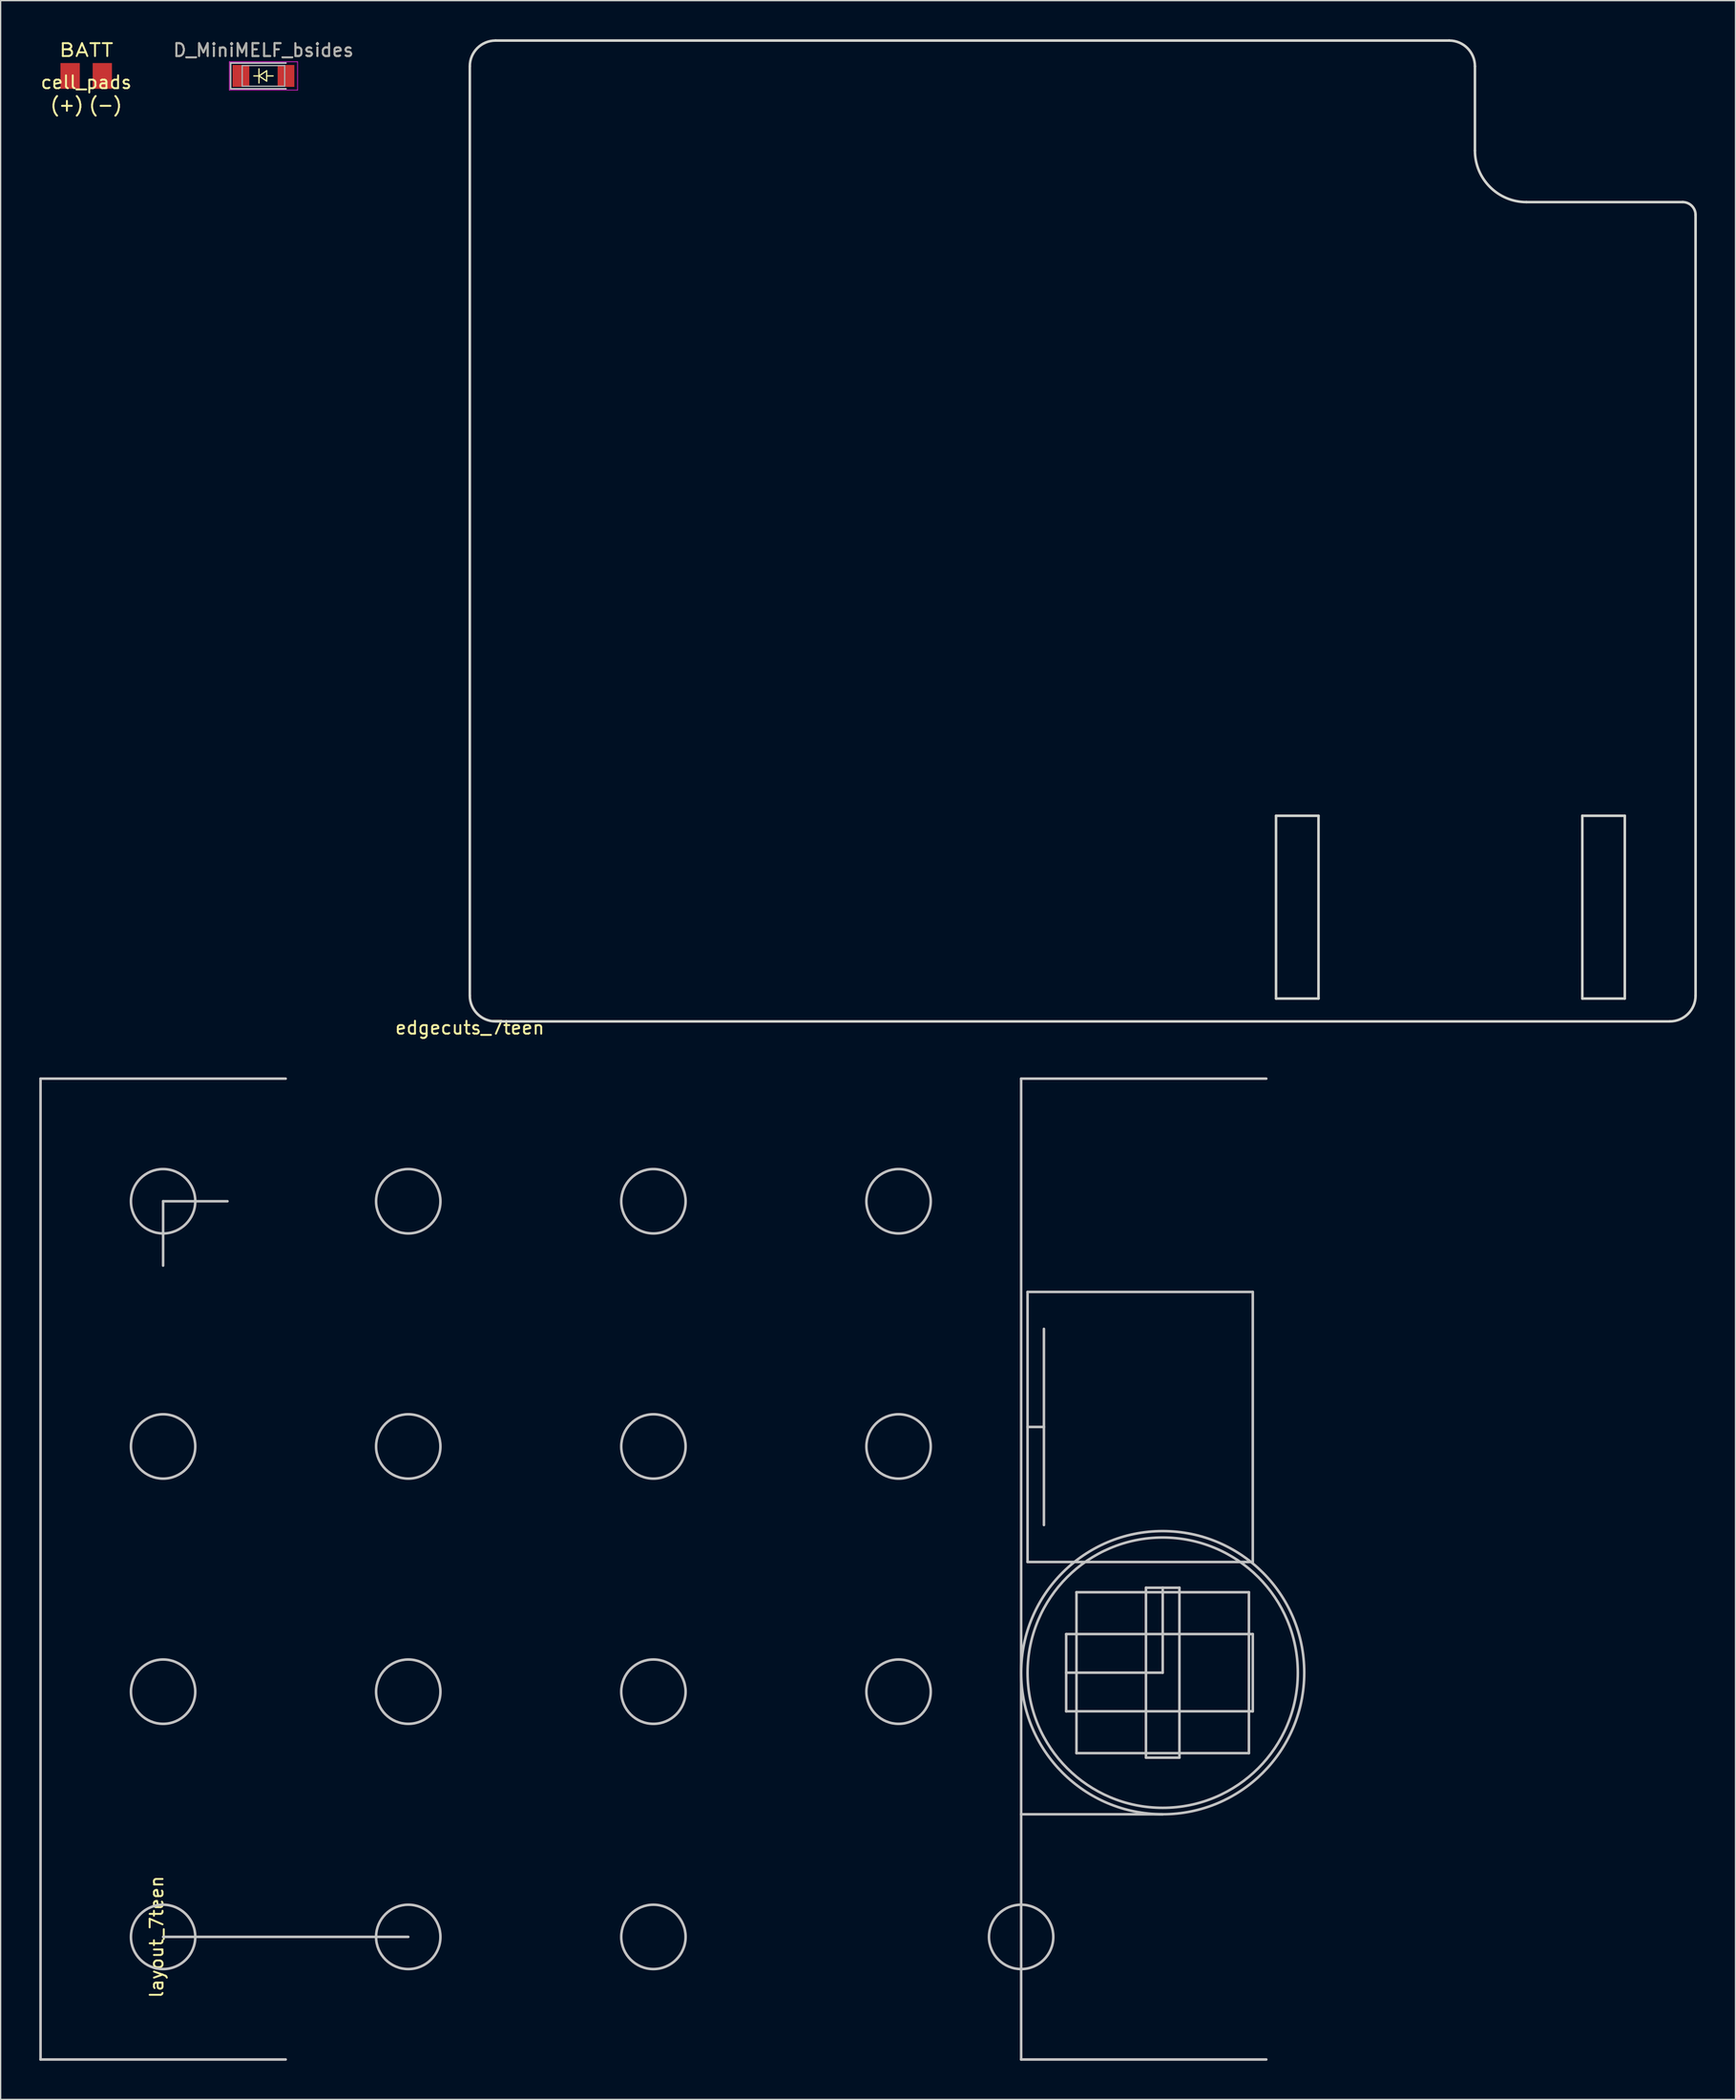
<source format=kicad_pcb>
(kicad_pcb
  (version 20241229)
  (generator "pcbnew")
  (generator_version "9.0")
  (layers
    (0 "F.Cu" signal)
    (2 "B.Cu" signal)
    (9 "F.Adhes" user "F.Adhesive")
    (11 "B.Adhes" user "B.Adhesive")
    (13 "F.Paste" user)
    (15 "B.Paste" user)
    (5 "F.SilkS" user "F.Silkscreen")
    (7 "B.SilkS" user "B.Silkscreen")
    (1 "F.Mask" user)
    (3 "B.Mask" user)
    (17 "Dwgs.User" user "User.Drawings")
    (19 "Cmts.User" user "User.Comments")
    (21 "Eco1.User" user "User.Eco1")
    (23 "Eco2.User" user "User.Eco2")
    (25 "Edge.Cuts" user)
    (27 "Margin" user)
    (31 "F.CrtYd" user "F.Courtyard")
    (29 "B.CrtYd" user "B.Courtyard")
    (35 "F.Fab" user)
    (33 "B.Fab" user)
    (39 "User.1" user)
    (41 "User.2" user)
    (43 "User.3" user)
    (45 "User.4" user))
  (footprint "edgecuts_7teen"
    (layer "F.Cu")
    (at 33.458 76.3)
    (property "Reference" "edgecuts_7teen" (at 0 0.5 0) (layer "F.SilkS") (effects (font (size 1 1) (thickness 0.15))))
    (attr through_hole)
    (fp_line (start 0 -2) (end 0 -74.2) (stroke (width 0.2) (type solid)) (layer "Edge.Cuts"))
    (fp_line (start 2 -76.2) (end 76.105 -76.2) (stroke (width 0.2) (type solid)) (layer "Edge.Cuts"))
    (fp_line (start 62.649 -15.976) (end 62.649 -1.775) (stroke (width 0.2) (type solid)) (layer "Edge.Cuts"))
    (fp_line (start 62.649 -1.775) (end 65.95 -1.775) (stroke (width 0.2) (type solid)) (layer "Edge.Cuts"))
    (fp_line (start 65.95 -15.976) (end 62.649 -15.976) (stroke (width 0.2) (type solid)) (layer "Edge.Cuts"))
    (fp_line (start 65.95 -1.775) (end 65.95 -15.976) (stroke (width 0.2) (type solid)) (layer "Edge.Cuts"))
    (fp_line (start 78.105 -74.2) (end 78.105 -67.65) (stroke (width 0.2) (type solid)) (layer "Edge.Cuts"))
    (fp_line (start 82.105 -63.65) (end 94.25 -63.65) (stroke (width 0.2) (type solid)) (layer "Edge.Cuts"))
    (fp_line (start 86.449 -15.976) (end 86.449 -1.775) (stroke (width 0.2) (type solid)) (layer "Edge.Cuts"))
    (fp_line (start 86.449 -1.775) (end 89.75 -1.775) (stroke (width 0.2) (type solid)) (layer "Edge.Cuts"))
    (fp_line (start 89.75 -15.976) (end 86.449 -15.976) (stroke (width 0.2) (type solid)) (layer "Edge.Cuts"))
    (fp_line (start 89.75 -1.775) (end 89.75 -15.976) (stroke (width 0.2) (type solid)) (layer "Edge.Cuts"))
    (fp_line (start 93.25 0) (end 2 0) (stroke (width 0.2) (type solid)) (layer "Edge.Cuts"))
    (fp_line (start 95.25 -62.65) (end 95.25 -2) (stroke (width 0.2) (type solid)) (layer "Edge.Cuts"))
    (fp_arc (start 0 -74.200001) (mid 0.585787 -75.614214) (end 2 -76.199999) (stroke (width 0.2) (type solid)) (layer "Edge.Cuts"))
    (fp_arc (start 2 0) (mid 0.585786 -0.585786) (end 0 -2) (stroke (width 0.2) (type solid)) (layer "Edge.Cuts"))
    (fp_arc (start 76.104999 -76.2) (mid 77.519213 -75.614214) (end 78.104999 -74.2) (stroke (width 0.2) (type solid)) (layer "Edge.Cuts"))
    (fp_arc (start 82.104999 -63.650001) (mid 79.276572 -64.821574) (end 78.104999 -67.650001) (stroke (width 0.2) (type solid)) (layer "Edge.Cuts"))
    (fp_arc (start 94.249999 -63.650001) (mid 94.957106 -63.357108) (end 95.249999 -62.650001) (stroke (width 0.2) (type solid)) (layer "Edge.Cuts"))
    (fp_arc (start 95.25 -2.000001) (mid 94.664213 -0.585787) (end 93.249999 0) (stroke (width 0.2) (type solid)) (layer "Edge.Cuts")))
  (footprint "D_MiniMELF_bsides"
    (layer "F.Cu")
    (at 17.423 2.848)
    (property "Reference" "D_MiniMELF_bsides" (at 0 -2 0) (layer "F.SilkS") (effects (font (size 1 1) (thickness 0.15))))
    (attr smd)
    (fp_line (start -0.75 0) (end -0.35 0) (stroke (width 0.1) (type solid)) (layer "F.SilkS"))
    (fp_line (start -0.35 0) (end -0.35 -0.55) (stroke (width 0.1) (type solid)) (layer "F.SilkS"))
    (fp_line (start -0.35 0) (end -0.35 0.55) (stroke (width 0.1) (type solid)) (layer "F.SilkS"))
    (fp_line (start -0.35 0) (end 0.25 -0.4) (stroke (width 0.1) (type solid)) (layer "F.SilkS"))
    (fp_line (start 0.25 -0.4) (end 0.25 0.4) (stroke (width 0.1) (type solid)) (layer "F.SilkS"))
    (fp_line (start 0.25 0) (end 0.75 0) (stroke (width 0.1) (type solid)) (layer "F.SilkS"))
    (fp_line (start 0.25 0.4) (end -0.35 0) (stroke (width 0.1) (type solid)) (layer "F.SilkS"))
    (fp_line (start -2.55 -1) (end -2.55 1) (stroke (width 0.12) (type solid)) (layer "Dwgs.User"))
    (fp_line (start -2.55 1) (end 1.75 1) (stroke (width 0.12) (type solid)) (layer "Dwgs.User"))
    (fp_line (start 1.75 -1) (end -2.55 -1) (stroke (width 0.12) (type solid)) (layer "Dwgs.User"))
    (fp_line (start -2.65 -1.1) (end 2.65 -1.1) (stroke (width 0.05) (type solid)) (layer "F.CrtYd"))
    (fp_line (start -2.65 1.1) (end -2.65 -1.1) (stroke (width 0.05) (type solid)) (layer "F.CrtYd"))
    (fp_line (start 2.65 -1.1) (end 2.65 1.1) (stroke (width 0.05) (type solid)) (layer "F.CrtYd"))
    (fp_line (start 2.65 1.1) (end -2.65 1.1) (stroke (width 0.05) (type solid)) (layer "F.CrtYd"))
    (fp_line (start -1.65 -0.8) (end 1.65 -0.8) (stroke (width 0.1) (type solid)) (layer "F.Fab"))
    (fp_line (start -1.65 0.8) (end -1.65 -0.8) (stroke (width 0.1) (type solid)) (layer "F.Fab"))
    (fp_line (start 1.65 -0.8) (end 1.65 0.8) (stroke (width 0.1) (type solid)) (layer "F.Fab"))
    (fp_line (start 1.65 0.8) (end -1.65 0.8) (stroke (width 0.1) (type solid)) (layer "F.Fab"))
    (fp_text user "${REFERENCE}" (at 0 -2 0) (layer "F.Fab") (effects (font (size 1 1) (thickness 0.15))))
    (pad "1" smd rect (at -1.75 0) (size 1.3 1.7) (layers "F.Cu" "F.Mask" "F.Paste"))
    (pad "2" smd rect (at 1.75 0) (size 1.3 1.7) (layers "F.Cu" "F.Mask" "F.Paste")))
  (footprint "cell_pads"
    (layer "F.Cu")
    (at 3.649 2.848)
    (property "Reference" "cell_pads" (at 0 0.5 0) (layer "F.SilkS") (effects (font (size 1 1) (thickness 0.15))))
    (attr through_hole)
    (fp_text user "BATT" (at 0 -2 0) (layer "F.SilkS") (effects (font (size 1 1.25) (thickness 0.15))))
    (fp_text user "(-)" (at 1.5 2.25 0) (layer "F.SilkS") (effects (font (size 1 1) (thickness 0.15))))
    (fp_text user "(+)" (at -1.5 2.25 0) (layer "F.SilkS") (effects (font (size 1 1) (thickness 0.15))))
    (pad "1" smd rect (at -1.25 0) (size 1.5 2) (layers "F.Cu" "F.Mask" "F.Paste"))
    (pad "2" smd rect (at 1.25 0) (size 1.5 2) (layers "F.Cu" "F.Mask" "F.Paste")))
  (footprint "layout_7teen"
    (layer "F.Cu")
    (at 9.625 147.423)
    (property "Reference" "layout_7teen" (at -0.5 0 270) (layer "F.SilkS") (effects (font (size 1 1) (thickness 0.15))))
    (attr through_hole)
    (fp_line (start -9.525 -66.675) (end -9.525 9.525) (stroke (width 0.2) (type solid)) (layer "Dwgs.User"))
    (fp_line (start -9.525 9.525) (end 9.525 9.525) (stroke (width 0.2) (type solid)) (layer "Dwgs.User"))
    (fp_line (start 0 -57.15) (end 0 -52.15) (stroke (width 0.2) (type solid)) (layer "Dwgs.User"))
    (fp_line (start 0 -57.15) (end 5 -57.15) (stroke (width 0.2) (type solid)) (layer "Dwgs.User"))
    (fp_line (start 0 0) (end 19.05 0) (stroke (width 0.2) (type solid)) (layer "Dwgs.User"))
    (fp_line (start 9.525 -66.675) (end -9.525 -66.675) (stroke (width 0.2) (type solid)) (layer "Dwgs.User"))
    (fp_line (start 66.675 -66.675) (end 85.725 -66.675) (stroke (width 0.2) (type solid)) (layer "Dwgs.User"))
    (fp_line (start 66.675 -9.525) (end 77.675 -9.525) (stroke (width 0.2) (type solid)) (layer "Dwgs.User"))
    (fp_line (start 66.675 9.525) (end 66.675 -66.675) (stroke (width 0.2) (type solid)) (layer "Dwgs.User"))
    (fp_line (start 67.175 -50.105) (end 67.175 -29.125) (stroke (width 0.2) (type solid)) (layer "Dwgs.User"))
    (fp_line (start 67.175 -29.125) (end 84.675 -29.125) (stroke (width 0.2) (type solid)) (layer "Dwgs.User"))
    (fp_line (start 68.445 -47.235) (end 68.445 -31.995) (stroke (width 0.2) (type solid)) (layer "Dwgs.User"))
    (fp_line (start 68.445 -39.615) (end 67.175 -39.615) (stroke (width 0.2) (type solid)) (layer "Dwgs.User"))
    (fp_line (start 70.175 -23.525) (end 70.175 -17.525) (stroke (width 0.2) (type solid)) (layer "Dwgs.User"))
    (fp_line (start 70.175 -17.525) (end 84.675 -17.525) (stroke (width 0.2) (type solid)) (layer "Dwgs.User"))
    (fp_line (start 70.975 -26.775) (end 70.975 -14.275) (stroke (width 0.2) (type solid)) (layer "Dwgs.User"))
    (fp_line (start 70.975 -14.275) (end 84.375 -14.275) (stroke (width 0.2) (type solid)) (layer "Dwgs.User"))
    (fp_line (start 76.375 -27.125) (end 76.375 -13.925) (stroke (width 0.2) (type solid)) (layer "Dwgs.User"))
    (fp_line (start 76.375 -13.925) (end 78.975 -13.925) (stroke (width 0.2) (type solid)) (layer "Dwgs.User"))
    (fp_line (start 77.675 -20.525) (end 70.175 -20.525) (stroke (width 0.2) (type solid)) (layer "Dwgs.User"))
    (fp_line (start 77.675 -20.525) (end 77.675 -27.125) (stroke (width 0.2) (type solid)) (layer "Dwgs.User"))
    (fp_line (start 78.975 -27.125) (end 76.375 -27.125) (stroke (width 0.2) (type solid)) (layer "Dwgs.User"))
    (fp_line (start 78.975 -13.925) (end 78.975 -27.125) (stroke (width 0.2) (type solid)) (layer "Dwgs.User"))
    (fp_line (start 84.375 -26.775) (end 70.975 -26.775) (stroke (width 0.2) (type solid)) (layer "Dwgs.User"))
    (fp_line (start 84.375 -14.275) (end 84.375 -26.775) (stroke (width 0.2) (type solid)) (layer "Dwgs.User"))
    (fp_line (start 84.675 -23.525) (end 70.175 -23.525) (stroke (width 0.2) (type solid)) (layer "Dwgs.User"))
    (fp_line (start 84.675 -50.105) (end 67.175 -50.105) (stroke (width 0.2) (type solid)) (layer "Dwgs.User"))
    (fp_line (start 84.675 -29.125) (end 84.675 -50.105) (stroke (width 0.2) (type solid)) (layer "Dwgs.User"))
    (fp_line (start 84.675 -17.525) (end 84.675 -23.525) (stroke (width 0.2) (type solid)) (layer "Dwgs.User"))
    (fp_line (start 85.725 9.525) (end 66.675 9.525) (stroke (width 0.2) (type solid)) (layer "Dwgs.User"))
    (fp_circle (center 0 -57.15) (end 0 -54.65) (stroke (width 0.2) (type solid)) (fill no) (layer "Dwgs.User"))
    (fp_circle (center 0 -38.1) (end 0 -35.6) (stroke (width 0.2) (type solid)) (fill no) (layer "Dwgs.User"))
    (fp_circle (center 0 -19.05) (end 0 -16.55) (stroke (width 0.2) (type solid)) (fill no) (layer "Dwgs.User"))
    (fp_circle (center 0 0) (end 0 2.5) (stroke (width 0.2) (type solid)) (fill no) (layer "Dwgs.User"))
    (fp_circle (center 19.05 -57.15) (end 19.05 -54.65) (stroke (width 0.2) (type solid)) (fill no) (layer "Dwgs.User"))
    (fp_circle (center 19.05 -38.1) (end 19.05 -35.6) (stroke (width 0.2) (type solid)) (fill no) (layer "Dwgs.User"))
    (fp_circle (center 19.05 -19.05) (end 19.05 -16.55) (stroke (width 0.2) (type solid)) (fill no) (layer "Dwgs.User"))
    (fp_circle (center 19.05 0) (end 19.05 2.5) (stroke (width 0.2) (type solid)) (fill no) (layer "Dwgs.User"))
    (fp_circle (center 38.1 -57.15) (end 38.1 -54.65) (stroke (width 0.2) (type solid)) (fill no) (layer "Dwgs.User"))
    (fp_circle (center 38.1 -38.1) (end 38.1 -35.6) (stroke (width 0.2) (type solid)) (fill no) (layer "Dwgs.User"))
    (fp_circle (center 38.1 -19.05) (end 38.1 -16.55) (stroke (width 0.2) (type solid)) (fill no) (layer "Dwgs.User"))
    (fp_circle (center 38.1 0) (end 38.1 2.5) (stroke (width 0.2) (type solid)) (fill no) (layer "Dwgs.User"))
    (fp_circle (center 57.15 -57.15) (end 57.15 -54.65) (stroke (width 0.2) (type solid)) (fill no) (layer "Dwgs.User"))
    (fp_circle (center 57.15 -38.1) (end 57.15 -35.6) (stroke (width 0.2) (type solid)) (fill no) (layer "Dwgs.User"))
    (fp_circle (center 57.15 -19.05) (end 57.15 -16.55) (stroke (width 0.2) (type solid)) (fill no) (layer "Dwgs.User"))
    (fp_circle (center 66.675 0) (end 66.675 2.5) (stroke (width 0.2) (type solid)) (fill no) (layer "Dwgs.User"))
    (fp_circle (center 77.675 -20.525) (end 77.675 -10.025) (stroke (width 0.2) (type solid)) (fill no) (layer "Dwgs.User"))
    (fp_circle (center 77.675 -20.525) (end 77.675 -9.525) (stroke (width 0.2) (type solid)) (fill no) (layer "Dwgs.User")))
  (gr_rect
    (start -3 -3)
    (end 131.808 160.048)
    (stroke (width 0.1) (type default))
    (fill no)
    (layer "Edge.Cuts")))
</source>
